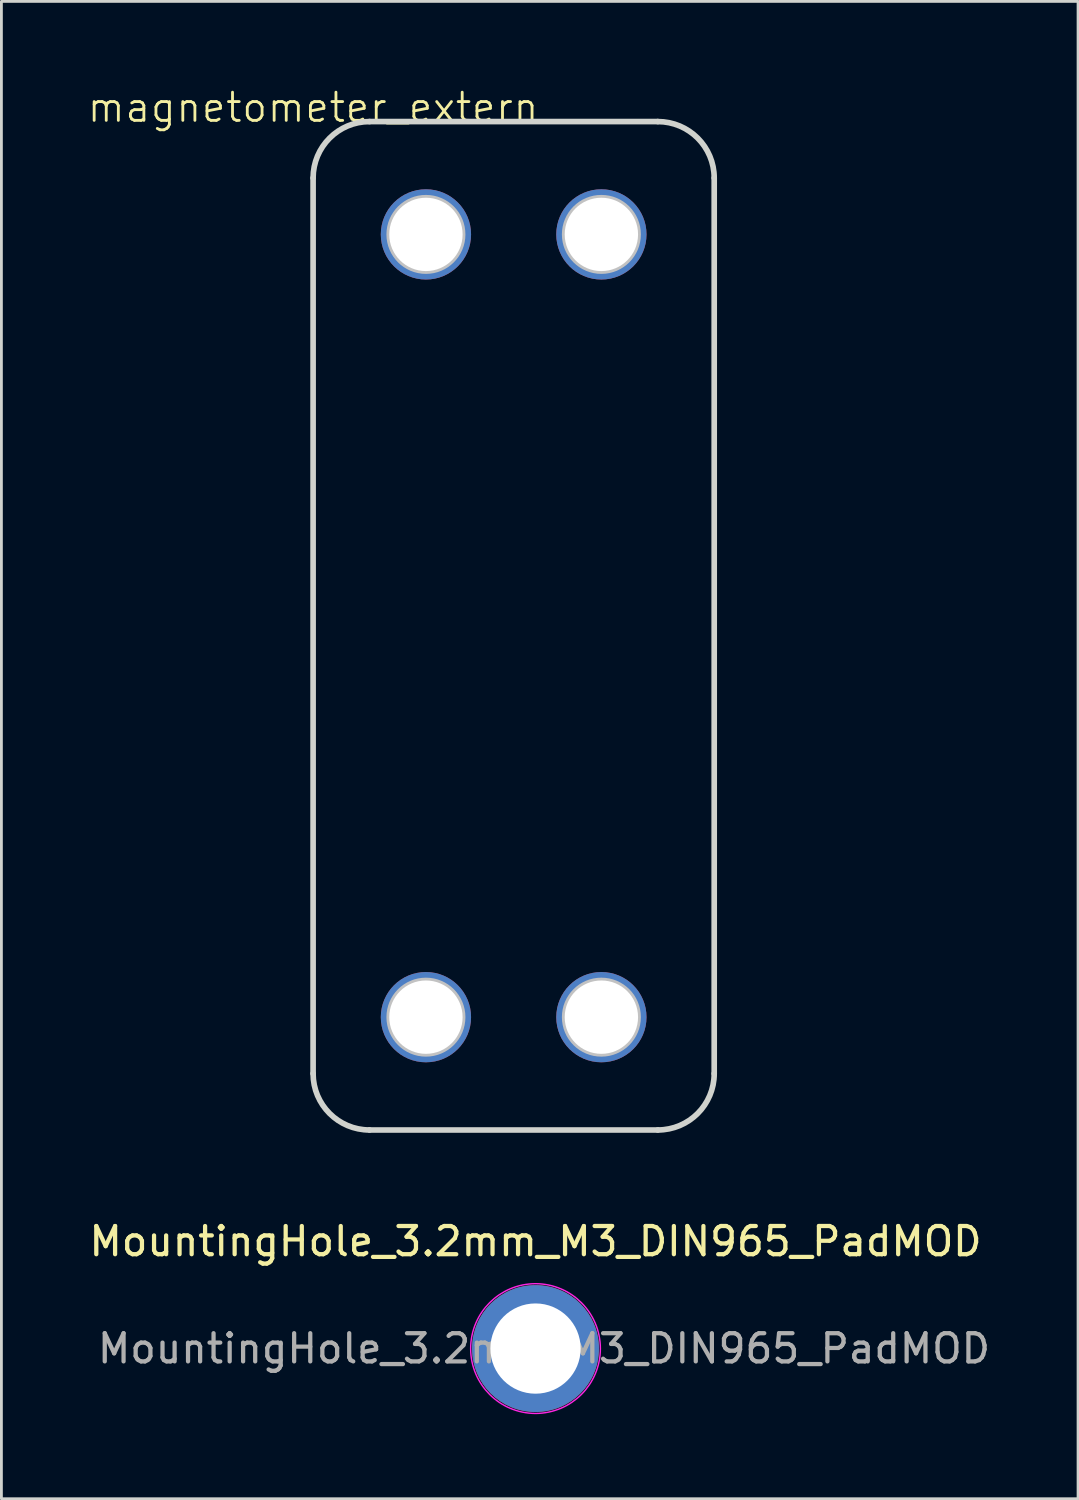
<source format=kicad_pcb>
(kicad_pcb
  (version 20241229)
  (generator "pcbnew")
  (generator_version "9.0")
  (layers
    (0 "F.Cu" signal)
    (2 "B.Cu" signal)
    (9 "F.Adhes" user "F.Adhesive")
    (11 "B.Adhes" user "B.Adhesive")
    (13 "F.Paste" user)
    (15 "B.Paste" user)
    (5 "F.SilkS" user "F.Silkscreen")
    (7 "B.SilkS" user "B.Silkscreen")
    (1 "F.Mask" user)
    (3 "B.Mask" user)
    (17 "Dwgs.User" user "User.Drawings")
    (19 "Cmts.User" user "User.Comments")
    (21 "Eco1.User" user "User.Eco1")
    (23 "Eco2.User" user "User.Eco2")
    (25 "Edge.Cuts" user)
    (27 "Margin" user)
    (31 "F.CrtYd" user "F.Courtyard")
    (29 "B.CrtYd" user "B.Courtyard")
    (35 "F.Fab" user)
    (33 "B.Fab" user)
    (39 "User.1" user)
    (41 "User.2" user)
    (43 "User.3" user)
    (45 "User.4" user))
  (footprint "MountingHole_3.2mm_M3_DIN965_PadMOD"
    (layer "F.Cu")
    (at 15.935 44.759)
    (property "Reference" "MountingHole_3.2mm_M3_DIN965_PadMOD" (at 0 -3.8 0) (layer "F.SilkS") (effects (font (size 1 1) (thickness 0.15))))
    (attr exclude_from_pos_files exclude_from_bom)
    (fp_circle (center 0 0) (end 2.3 0) (stroke (width 0.05) (type solid)) (fill no) (layer "F.CrtYd"))
    (fp_text user "${REFERENCE}" (at 0.3 0 0) (layer "F.Fab") (effects (font (size 1 1) (thickness 0.15))))
    (pad "1" thru_hole circle (at 0 0) (size 4.5 4.5) (drill 3.2) (layers "*.Cu" "*.Mask")))
  (footprint "magnetometer_extern"
    (layer "F.Cu")
    (at 8.05 1.26)
    (property "Reference" "magnetometer_extern" (at 0 -0.5 0) (unlocked yes) (layer "F.SilkS") (effects (font (size 1 1) (thickness 0.1))))
    (attr smd)
    (fp_circle (center 4 4) (end 5.3 4) (stroke (width 0.2) (type default)) (fill no) (layer "Dwgs.User"))
    (fp_circle (center 4 31.75) (end 5.3 31.75) (stroke (width 0.2) (type default)) (fill no) (layer "Dwgs.User"))
    (fp_circle (center 10.22 4) (end 11.52 4) (stroke (width 0.2) (type default)) (fill no) (layer "Dwgs.User"))
    (fp_circle (center 10.22 31.75) (end 11.52 31.75) (stroke (width 0.2) (type default)) (fill no) (layer "Dwgs.User"))
    (fp_line (start 0 2) (end 0 33.75) (stroke (width 0.2) (type default)) (layer "Edge.Cuts"))
    (fp_line (start 12.22 0.000001) (end 2 0.000001) (stroke (width 0.2) (type default)) (layer "Edge.Cuts"))
    (fp_line (start 12.22 35.75) (end 2 35.75) (stroke (width 0.2) (type default)) (layer "Edge.Cuts"))
    (fp_line (start 14.22 2) (end 14.22 33.75) (stroke (width 0.2) (type default)) (layer "Edge.Cuts"))
    (fp_arc (start 0 2) (mid 0.585786 0.585787) (end 1.999998 0.000001) (stroke (width 0.2) (type default)) (layer "Edge.Cuts"))
    (fp_arc (start 1.999998 35.750001) (mid 0.585786 35.164215) (end 0 33.750003) (stroke (width 0.2) (type default)) (layer "Edge.Cuts"))
    (fp_arc (start 12.22 0.000001) (mid 13.634214 0.585787) (end 14.22 2.000001) (stroke (width 0.2) (type default)) (layer "Edge.Cuts"))
    (fp_arc (start 14.22 33.750001) (mid 13.634214 35.164215) (end 12.22 35.750001) (stroke (width 0.2) (type default)) (layer "Edge.Cuts"))
    (pad "1" thru_hole circle (at 4 4) (size 3.2 3.2) (drill 2.6) (layers "*.Cu" "*.Mask"))
    (pad "1" thru_hole circle (at 4 31.75) (size 3.2 3.2) (drill 2.6) (layers "*.Cu" "*.Mask"))
    (pad "1" thru_hole circle (at 10.22 4) (size 3.2 3.2) (drill 2.6) (layers "*.Cu" "*.Mask"))
    (pad "1" thru_hole circle (at 10.22 31.75) (size 3.2 3.2) (drill 2.6) (layers "*.Cu" "*.Mask")))
  (gr_rect
    (start -3 -3)
    (end 35.169 50.084)
    (stroke (width 0.1) (type default))
    (fill no)
    (layer "Edge.Cuts")))
</source>
